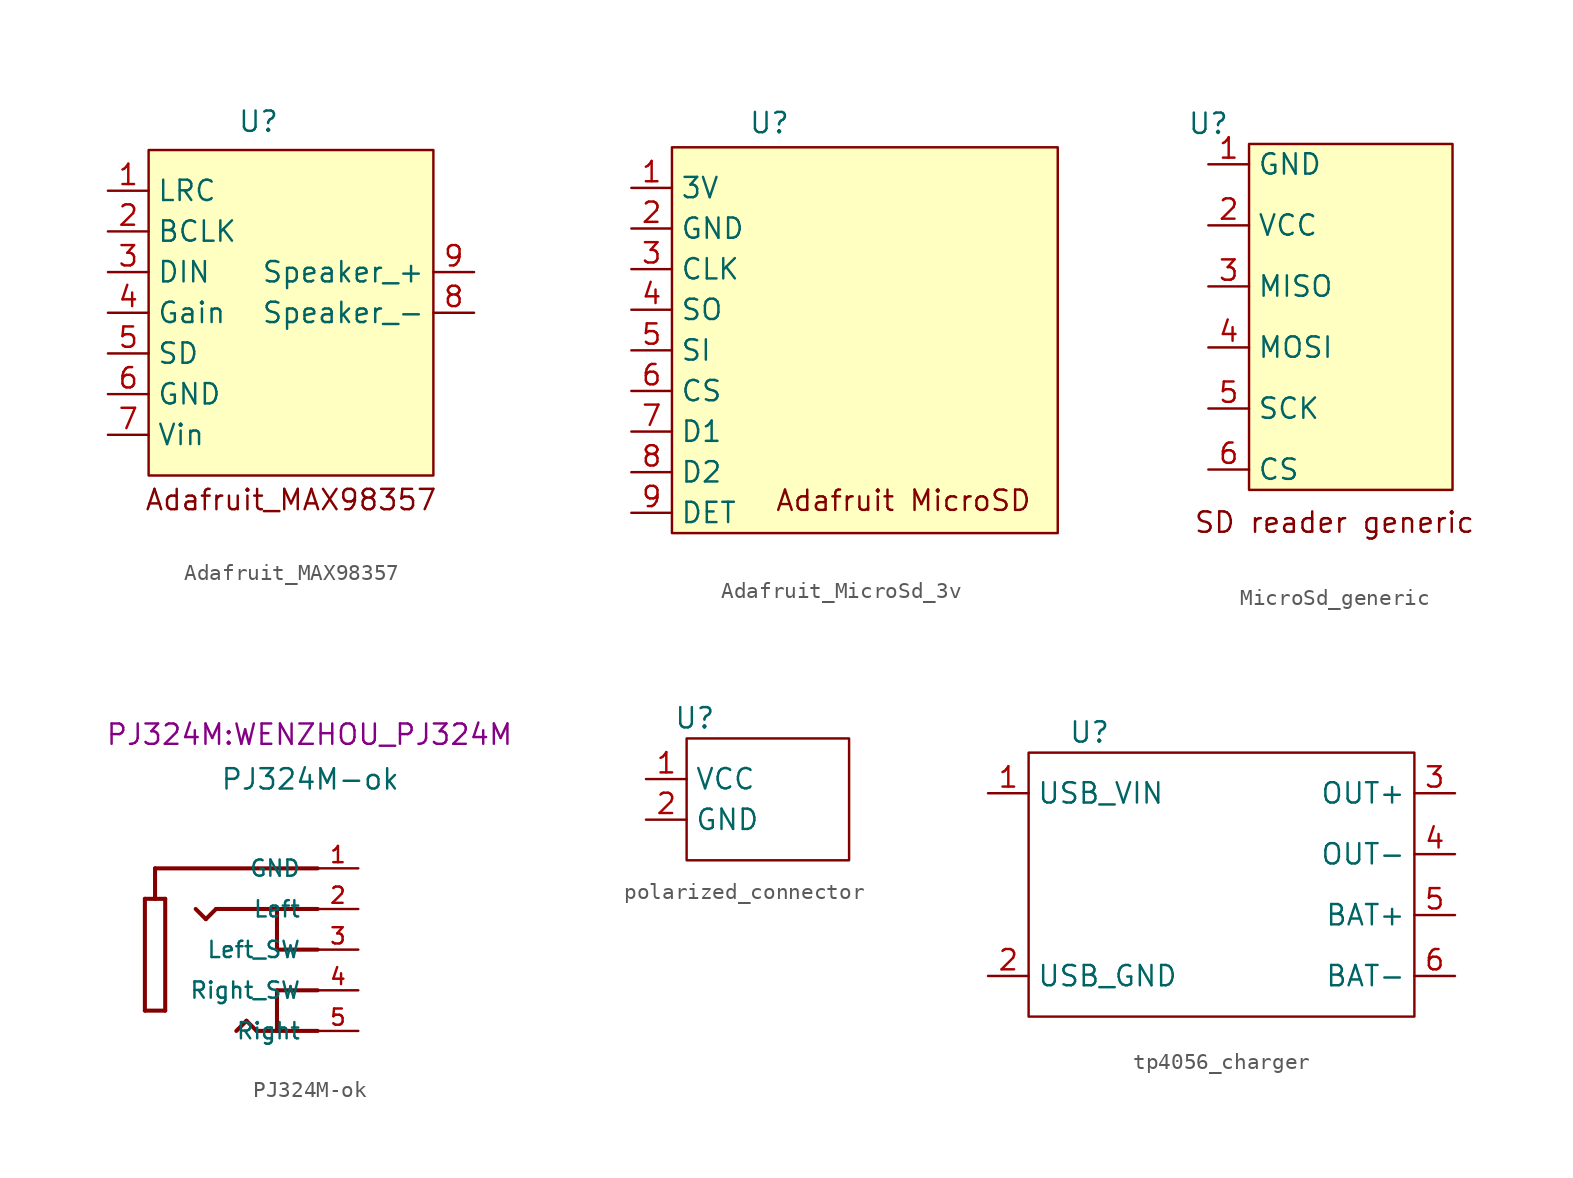
<source format=kicad_sym>
(kicad_symbol_lib
  (version 20231120)
  (generator "kicad_symbol_editor")
  (generator_version "8.0")
  (symbol "Adafruit_MAX98357"
    (property "Reference" "U"
      (at 0.508 4.318 0)
      (effects (font (size 1.27 1.27))))
    (property "Value" ""
      (at 0 0 0)
      (effects (font (size 1.27 1.27))))
    (symbol "Adafruit_MAX98357_1_1"
      (rectangle (start -6.35 2.54) (end 11.43 -17.78) (stroke (width 0) (type default)) (fill (type background)))
      (text "Adafruit_MAX98357" (at 2.54 -19.304 0) (effects (font (size 1.27 1.27))))
      (pin input line (at -8.89 0 0) (length 2.54) (name "LRC" (effects (font (size 1.27 1.27)))) (number "1" (effects (font (size 1.27 1.27)))))
      (pin input line (at -8.89 -2.54 0) (length 2.54) (name "BCLK" (effects (font (size 1.27 1.27)))) (number "2" (effects (font (size 1.27 1.27)))))
      (pin input line (at -8.89 -5.08 0) (length 2.54) (name "DIN" (effects (font (size 1.27 1.27)))) (number "3" (effects (font (size 1.27 1.27)))))
      (pin input line (at -8.89 -7.62 0) (length 2.54) (name "Gain" (effects (font (size 1.27 1.27)))) (number "4" (effects (font (size 1.27 1.27)))))
      (pin input line (at -8.89 -10.16 0) (length 2.54) (name "SD" (effects (font (size 1.27 1.27)))) (number "5" (effects (font (size 1.27 1.27)))))
      (pin power_in line (at -8.89 -12.7 0) (length 2.54) (name "GND" (effects (font (size 1.27 1.27)))) (number "6" (effects (font (size 1.27 1.27)))))
      (pin power_in line (at -8.89 -15.24 0) (length 2.54) (name "Vin" (effects (font (size 1.27 1.27)))) (number "7" (effects (font (size 1.27 1.27)))))
      (pin output line (at 13.97 -7.62 180) (length 2.54) (name "Speaker_-" (effects (font (size 1.27 1.27)))) (number "8" (effects (font (size 1.27 1.27)))))
      (pin output line (at 13.97 -5.08 180) (length 2.54) (name "Speaker_+" (effects (font (size 1.27 1.27)))) (number "9" (effects (font (size 1.27 1.27)))))))
  (symbol "Adafruit_MicroSd_3v"
    (property "Reference" "U"
      (at 6.096 1.524 0)
      (effects (font (size 1.27 1.27))))
    (property "Value" ""
      (at 0 0 0)
      (effects (font (size 1.27 1.27))))
    (symbol "Adafruit_MicroSd_3v_1_1"
      (rectangle (start 0 0) (end 24.13 -24.13) (stroke (width 0) (type default)) (fill (type background)))
      (text "Adafruit MicroSD" (at 14.478 -22.098 0) (effects (font (size 1.27 1.27))))
      (pin power_in line (at -2.54 -2.54 0) (length 2.54) (name "3V" (effects (font (size 1.27 1.27)))) (number "1" (effects (font (size 1.27 1.27)))))
      (pin power_in line (at -2.54 -5.08 0) (length 2.54) (name "GND" (effects (font (size 1.27 1.27)))) (number "2" (effects (font (size 1.27 1.27)))))
      (pin input line (at -2.54 -7.62 0) (length 2.54) (name "CLK" (effects (font (size 1.27 1.27)))) (number "3" (effects (font (size 1.27 1.27)))))
      (pin bidirectional line (at -2.54 -10.16 0) (length 2.54) (name "SO" (effects (font (size 1.27 1.27)))) (number "4" (effects (font (size 1.27 1.27)))))
      (pin bidirectional line (at -2.54 -12.7 0) (length 2.54) (name "SI" (effects (font (size 1.27 1.27)))) (number "5" (effects (font (size 1.27 1.27)))))
      (pin bidirectional line (at -2.54 -15.24 0) (length 2.54) (name "CS" (effects (font (size 1.27 1.27)))) (number "6" (effects (font (size 1.27 1.27)))))
      (pin bidirectional line (at -2.54 -17.78 0) (length 2.54) (name "D1" (effects (font (size 1.27 1.27)))) (number "7" (effects (font (size 1.27 1.27)))))
      (pin bidirectional line (at -2.54 -20.32 0) (length 2.54) (name "D2" (effects (font (size 1.27 1.27)))) (number "8" (effects (font (size 1.27 1.27)))))
      (pin bidirectional line (at -2.54 -22.86 0) (length 2.54) (name "DET" (effects (font (size 1.27 1.27)))) (number "9" (effects (font (size 1.27 1.27)))))))
  (symbol "MicroSd_generic"
    (property "Reference" "U"
      (at 0 0 0)
      (effects (font (size 1.27 1.27))))
    (property "Value" ""
      (at 0 0 0)
      (effects (font (size 1.27 1.27))))
    (symbol "MicroSd_generic_1_1"
      (rectangle (start 2.54 -1.27) (end 15.24 -22.86) (stroke (width 0) (type default)) (fill (type background)))
      (text "SD reader generic" (at 7.874 -24.892 0) (effects (font (size 1.27 1.27))))
      (pin power_in line (at 0 -2.54 0) (length 2.54) (name "GND" (effects (font (size 1.27 1.27)))) (number "1" (effects (font (size 1.27 1.27)))))
      (pin power_in line (at 0 -6.35 0) (length 2.54) (name "VCC" (effects (font (size 1.27 1.27)))) (number "2" (effects (font (size 1.27 1.27)))))
      (pin bidirectional line (at 0 -10.16 0) (length 2.54) (name "MISO" (effects (font (size 1.27 1.27)))) (number "3" (effects (font (size 1.27 1.27)))))
      (pin bidirectional line (at 0 -13.97 0) (length 2.54) (name "MOSI" (effects (font (size 1.27 1.27)))) (number "4" (effects (font (size 1.27 1.27)))))
      (pin bidirectional line (at 0 -17.78 0) (length 2.54) (name "SCK" (effects (font (size 1.27 1.27)))) (number "5" (effects (font (size 1.27 1.27)))))
      (pin bidirectional line (at 0 -21.59 0) (length 2.54) (name "CS" (effects (font (size 1.27 1.27)))) (number "6" (effects (font (size 1.27 1.27)))))))
  (symbol "PJ324M-ok"
    (pin_names
      (offset 1.016))
    (property "Reference" "J"
      (at 3.302 7.366 0)
      (effects (font (size 1.27 1.27)) (justify left bottom) (hide yes)))
    (property "Value" "PJ324M-ok"
      (at -1.016 9.906 0)
      (effects (font (size 1.27 1.27)) (justify left bottom)))
    (property "Footprint" "PJ324M:WENZHOU_PJ324M"
      (at 4.572 12.7 0)
      (effects (font (size 1.27 1.27)) (justify bottom)))
    (symbol "PJ324M-ok_0_0"
      (polyline (pts (xy -5.715 -3.81) (xy -5.715 3.175)) (stroke (width 0.254) (type default)) (fill (type none)))
      (polyline (pts (xy -5.715 3.175) (xy -5.08 3.175)) (stroke (width 0.254) (type default)) (fill (type none)))
      (polyline (pts (xy -5.08 3.175) (xy -4.445 3.175)) (stroke (width 0.254) (type default)) (fill (type none)))
      (polyline (pts (xy -5.08 5.08) (xy -5.08 3.175)) (stroke (width 0.254) (type default)) (fill (type none)))
      (polyline (pts (xy -4.445 -3.81) (xy -5.715 -3.81)) (stroke (width 0.254) (type default)) (fill (type none)))
      (polyline (pts (xy -4.445 3.175) (xy -4.445 -3.81)) (stroke (width 0.254) (type default)) (fill (type none)))
      (polyline (pts (xy -1.905 1.905) (xy -2.54 2.54)) (stroke (width 0.254) (type default)) (fill (type none)))
      (polyline (pts (xy -1.27 2.54) (xy -1.905 1.905)) (stroke (width 0.254) (type default)) (fill (type none)))
      (polyline (pts (xy 0.635 -4.445) (xy 0 -5.08)) (stroke (width 0.254) (type default)) (fill (type none)))
      (polyline (pts (xy 1.27 -5.08) (xy 0.635 -4.445)) (stroke (width 0.254) (type default)) (fill (type none)))
      (polyline (pts (xy 2.54 -5.08) (xy 1.27 -5.08)) (stroke (width 0.254) (type default)) (fill (type none)))
      (polyline (pts (xy 2.54 -2.54) (xy 2.54 -5.08)) (stroke (width 0.254) (type default)) (fill (type none)))
      (polyline (pts (xy 2.54 0) (xy 2.54 2.54)) (stroke (width 0.254) (type default)) (fill (type none)))
      (polyline (pts (xy 2.54 2.54) (xy -1.27 2.54)) (stroke (width 0.254) (type default)) (fill (type none)))
      (polyline (pts (xy 5.08 -5.08) (xy 2.54 -5.08)) (stroke (width 0.254) (type default)) (fill (type none)))
      (polyline (pts (xy 5.08 -2.54) (xy 2.54 -2.54)) (stroke (width 0.254) (type default)) (fill (type none)))
      (polyline (pts (xy 5.08 0) (xy 2.54 0)) (stroke (width 0.254) (type default)) (fill (type none)))
      (polyline (pts (xy 5.08 2.54) (xy 2.54 2.54)) (stroke (width 0.254) (type default)) (fill (type none)))
      (polyline (pts (xy 5.08 5.08) (xy -5.08 5.08)) (stroke (width 0.254) (type default)) (fill (type none)))
      (pin passive line (at 7.62 5.08 180) (length 2.54) (name "GND" (effects (font (size 1.016 1.016)))) (number "1" (effects (font (size 1.016 1.016)))))
      (pin passive line (at 7.62 2.54 180) (length 2.54) (name "Left" (effects (font (size 1.016 1.016)))) (number "2" (effects (font (size 1.016 1.016)))))
      (pin passive line (at 7.62 0 180) (length 2.54) (name "Left_SW" (effects (font (size 1.016 1.016)))) (number "3" (effects (font (size 1.016 1.016)))))
      (pin passive line (at 7.62 -2.54 180) (length 2.54) (name "Right_SW" (effects (font (size 1.016 1.016)))) (number "4" (effects (font (size 1.016 1.016)))))
      (pin passive line (at 7.62 -5.08 180) (length 2.54) (name "Right" (effects (font (size 1.016 1.016)))) (number "5" (effects (font (size 1.016 1.016)))))))
  (symbol "polarized_connector"
    (property "Reference" "U"
      (at 3.048 1.27 0)
      (effects (font (size 1.27 1.27))))
    (property "Value" ""
      (at 0 0 0)
      (effects (font (size 1.27 1.27))))
    (symbol "polarized_connector_0_1"
      (rectangle (start 2.54 0) (end 12.7 -7.62) (stroke (width 0) (type default)) (fill (type none))))
    (symbol "polarized_connector_1_1"
      (pin power_in line (at 0 -2.54 0) (length 2.54) (name "VCC" (effects (font (size 1.27 1.27)))) (number "1" (effects (font (size 1.27 1.27)))))
      (pin power_in line (at 0 -5.08 0) (length 2.54) (name "GND" (effects (font (size 1.27 1.27)))) (number "2" (effects (font (size 1.27 1.27)))))))
  (symbol "tp4056_charger"
    (property "Reference" "U"
      (at 0 0 0)
      (effects (font (size 1.27 1.27))))
    (property "Value" ""
      (at 0 0 0)
      (effects (font (size 1.27 1.27))))
    (symbol "tp4056_charger_0_1"
      (rectangle (start -3.81 -1.27) (end 20.32 -17.78) (stroke (width 0) (type default)) (fill (type none))))
    (symbol "tp4056_charger_1_1"
      (pin power_in line (at -6.35 -3.81 0) (length 2.54) (name "USB_VIN" (effects (font (size 1.27 1.27)))) (number "1" (effects (font (size 1.27 1.27)))))
      (pin power_in line (at -6.35 -15.24 0) (length 2.54) (name "USB_GND" (effects (font (size 1.27 1.27)))) (number "2" (effects (font (size 1.27 1.27)))))
      (pin power_out line (at 22.86 -3.81 180) (length 2.54) (name "OUT+" (effects (font (size 1.27 1.27)))) (number "3" (effects (font (size 1.27 1.27)))))
      (pin power_out line (at 22.86 -7.62 180) (length 2.54) (name "OUT-" (effects (font (size 1.27 1.27)))) (number "4" (effects (font (size 1.27 1.27)))))
      (pin power_in line (at 22.86 -11.43 180) (length 2.54) (name "BAT+" (effects (font (size 1.27 1.27)))) (number "5" (effects (font (size 1.27 1.27)))))
      (pin power_in line (at 22.86 -15.24 180) (length 2.54) (name "BAT-" (effects (font (size 1.27 1.27)))) (number "6" (effects (font (size 1.27 1.27))))))))
</source>
